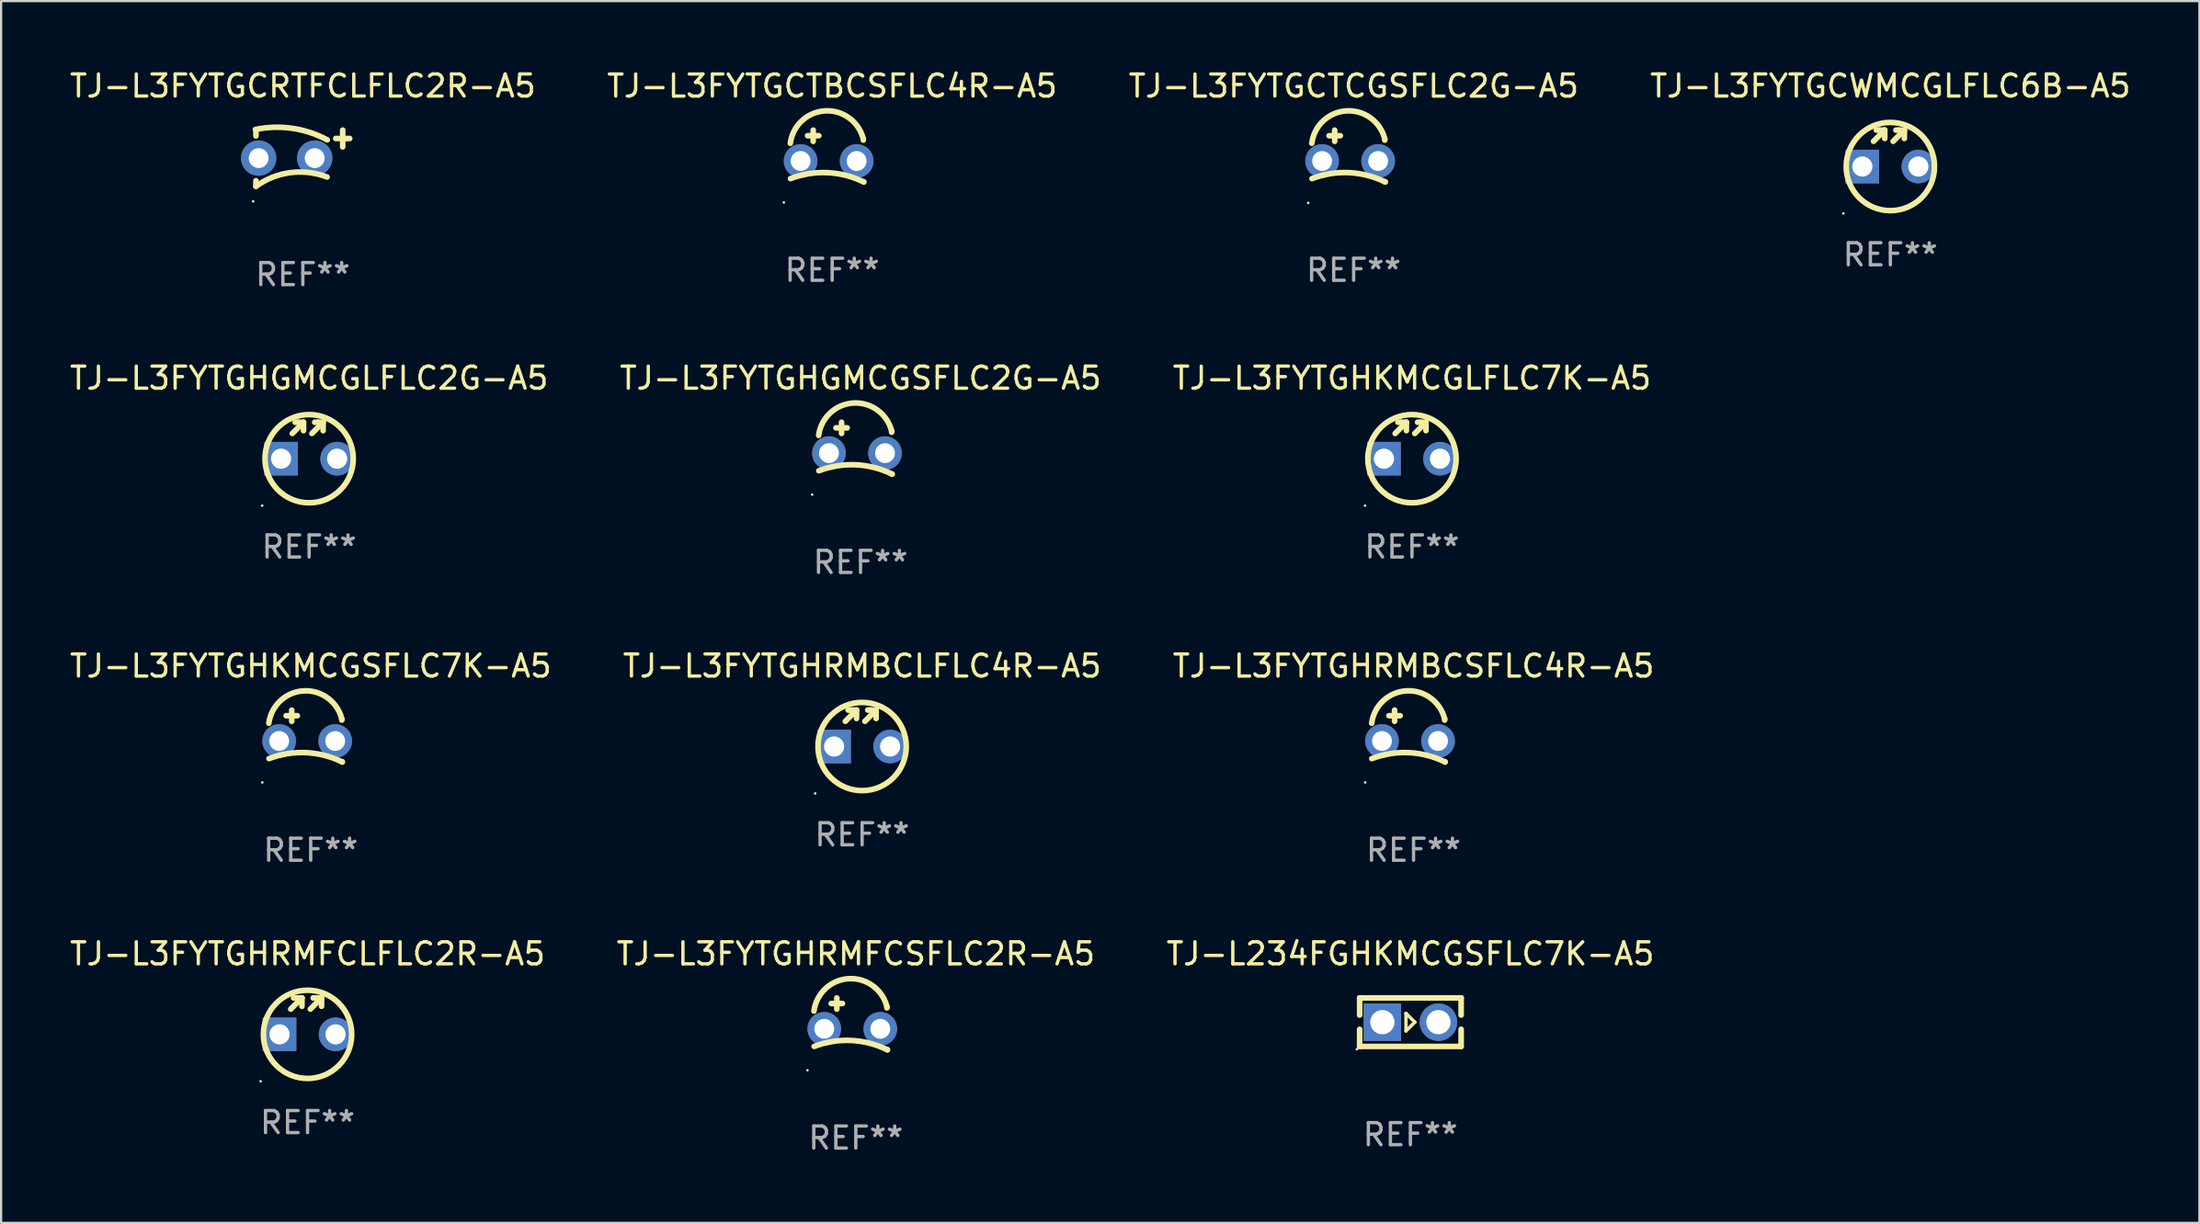
<source format=kicad_pcb>
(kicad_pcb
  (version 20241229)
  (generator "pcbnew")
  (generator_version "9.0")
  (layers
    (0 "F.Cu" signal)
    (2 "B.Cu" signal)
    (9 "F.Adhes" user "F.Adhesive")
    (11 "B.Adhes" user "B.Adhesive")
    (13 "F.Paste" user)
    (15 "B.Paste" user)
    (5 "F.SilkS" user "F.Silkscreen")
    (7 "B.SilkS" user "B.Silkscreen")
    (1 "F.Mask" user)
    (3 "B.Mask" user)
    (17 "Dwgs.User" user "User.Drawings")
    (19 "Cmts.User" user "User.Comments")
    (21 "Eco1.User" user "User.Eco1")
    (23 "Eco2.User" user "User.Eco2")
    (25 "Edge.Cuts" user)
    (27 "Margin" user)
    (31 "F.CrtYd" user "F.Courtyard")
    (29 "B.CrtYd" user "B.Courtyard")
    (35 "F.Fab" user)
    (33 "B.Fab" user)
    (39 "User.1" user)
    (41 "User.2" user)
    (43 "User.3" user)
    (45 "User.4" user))
  (footprint "TJ-L3FYTGCWMCGLFLC6B-A5"
    (layer "F.Cu")
    (at 82.613 3.674)
    (property "Reference" "TJ-L3FYTGCWMCGLFLC6B-A5" (at 0 -2.826 0) (layer "F.SilkS") (effects (font (size 1 1) (thickness 0.15))))
    (attr through_hole)
    (fp_line (start -0.762 -0.318) (end -0.254 -0.826) (stroke (width 0.254) (type solid)) (layer "F.SilkS"))
    (fp_line (start -0.508 -0.826) (end -0.635 -0.826) (stroke (width 0.254) (type solid)) (layer "F.SilkS"))
    (fp_line (start -0.254 -0.826) (end -0.508 -0.826) (stroke (width 0.254) (type solid)) (layer "F.SilkS"))
    (fp_line (start -0.254 -0.826) (end -0.254 -0.445) (stroke (width 0.254) (type solid)) (layer "F.SilkS"))
    (fp_line (start 0.127 -0.318) (end 0.635 -0.826) (stroke (width 0.254) (type solid)) (layer "F.SilkS"))
    (fp_line (start 0.381 -0.826) (end 0.254 -0.826) (stroke (width 0.254) (type solid)) (layer "F.SilkS"))
    (fp_line (start 0.635 -0.826) (end 0.381 -0.826) (stroke (width 0.254) (type solid)) (layer "F.SilkS"))
    (fp_line (start 0.635 -0.826) (end 0.635 -0.445) (stroke (width 0.254) (type solid)) (layer "F.SilkS"))
    (fp_circle (center -2.127 2.953) (end -2.097 2.953) (stroke (width 0.06) (type solid)) (fill no) (layer "F.SilkS"))
    (fp_circle (center 0 0.826) (end 2 0.826) (stroke (width 0.254) (type solid)) (fill no) (layer "F.SilkS"))
    (fp_text user "REF**" (at 0 4.826 0) (layer "F.Fab") (effects (font (size 1 1) (thickness 0.15))))
    (pad "1" thru_hole rect (at -1.27 0.826) (size 1.524 1.524) (drill 0.914) (layers "*.Cu" "*.Mask"))
    (pad "2" thru_hole circle (at 1.27 0.826) (size 1.524 1.524) (drill 0.914) (layers "*.Cu" "*.Mask")))
  (footprint "TJ-L3FYTGHKMCGSFLC7K-A5"
    (layer "F.Cu")
    (at 11.03 30.32)
    (property "Reference" "TJ-L3FYTGHKMCGSFLC7K-A5" (at 0 -3.176 0) (layer "F.SilkS") (effects (font (size 1 1) (thickness 0.15))))
    (attr through_hole)
    (fp_line (start -1.114 -0.922) (end -0.606 -0.922) (stroke (width 0.254) (type solid)) (layer "F.SilkS"))
    (fp_line (start -0.86 -1.176) (end -0.86 -0.668) (stroke (width 0.254) (type solid)) (layer "F.SilkS"))
    (fp_line (start 1.41 -0.776) (end 1.41 -0.723) (stroke (width 0.254) (type solid)) (layer "F.SilkS"))
    (fp_line (start 1.43 1.176) (end 1.43 1.164) (stroke (width 0.254) (type solid)) (layer "F.SilkS"))
    (fp_arc (start -1.896915 -0.579704) (mid -0.324751 -2.048067) (end 1.4103 -0.776302) (stroke (width 0.254001) (type solid)) (layer "F.SilkS"))
    (fp_arc (start -1.8897 1.023698) (mid -0.214006 0.752438) (end 1.429731 1.176302) (stroke (width 0.254001) (type solid)) (layer "F.SilkS"))
    (fp_circle (center -2.192 2.103) (end -2.162 2.103) (stroke (width 0.06) (type solid)) (fill no) (layer "F.SilkS"))
    (fp_text user "REF**" (at 0 5.176 0) (layer "F.Fab") (effects (font (size 1 1) (thickness 0.15))))
    (pad "1" thru_hole circle (at -1.43 0.224) (size 1.524 1.524) (drill 0.9) (layers "*.Cu" "*.Mask"))
    (pad "2" thru_hole circle (at 1.11 0.224) (size 1.524 1.524) (drill 0.9) (layers "*.Cu" "*.Mask")))
  (footprint "TJ-L3FYTGHGMCGLFLC2G-A5"
    (layer "F.Cu")
    (at 10.958 16.92)
    (property "Reference" "TJ-L3FYTGHGMCGLFLC2G-A5" (at 0 -2.826 0) (layer "F.SilkS") (effects (font (size 1 1) (thickness 0.15))))
    (attr through_hole)
    (fp_line (start -0.762 -0.318) (end -0.254 -0.826) (stroke (width 0.254) (type solid)) (layer "F.SilkS"))
    (fp_line (start -0.508 -0.826) (end -0.635 -0.826) (stroke (width 0.254) (type solid)) (layer "F.SilkS"))
    (fp_line (start -0.254 -0.826) (end -0.508 -0.826) (stroke (width 0.254) (type solid)) (layer "F.SilkS"))
    (fp_line (start -0.254 -0.826) (end -0.254 -0.445) (stroke (width 0.254) (type solid)) (layer "F.SilkS"))
    (fp_line (start 0.127 -0.318) (end 0.635 -0.826) (stroke (width 0.254) (type solid)) (layer "F.SilkS"))
    (fp_line (start 0.381 -0.826) (end 0.254 -0.826) (stroke (width 0.254) (type solid)) (layer "F.SilkS"))
    (fp_line (start 0.635 -0.826) (end 0.381 -0.826) (stroke (width 0.254) (type solid)) (layer "F.SilkS"))
    (fp_line (start 0.635 -0.826) (end 0.635 -0.445) (stroke (width 0.254) (type solid)) (layer "F.SilkS"))
    (fp_circle (center -2.127 2.953) (end -2.097 2.953) (stroke (width 0.06) (type solid)) (fill no) (layer "F.SilkS"))
    (fp_circle (center 0 0.826) (end 2 0.826) (stroke (width 0.254) (type solid)) (fill no) (layer "F.SilkS"))
    (fp_text user "REF**" (at 0 4.826 0) (layer "F.Fab") (effects (font (size 1 1) (thickness 0.15))))
    (pad "1" thru_hole rect (at -1.27 0.826) (size 1.524 1.524) (drill 0.914) (layers "*.Cu" "*.Mask"))
    (pad "2" thru_hole circle (at 1.27 0.826) (size 1.524 1.524) (drill 0.914) (layers "*.Cu" "*.Mask")))
  (footprint "TJ-L3FYTGHRMBCSFLC4R-A5"
    (layer "F.Cu")
    (at 61.006 30.32)
    (property "Reference" "TJ-L3FYTGHRMBCSFLC4R-A5" (at 0 -3.176 0) (layer "F.SilkS") (effects (font (size 1 1) (thickness 0.15))))
    (attr through_hole)
    (fp_line (start -1.114 -0.922) (end -0.606 -0.922) (stroke (width 0.254) (type solid)) (layer "F.SilkS"))
    (fp_line (start -0.86 -1.176) (end -0.86 -0.668) (stroke (width 0.254) (type solid)) (layer "F.SilkS"))
    (fp_line (start 1.41 -0.776) (end 1.41 -0.723) (stroke (width 0.254) (type solid)) (layer "F.SilkS"))
    (fp_line (start 1.43 1.176) (end 1.43 1.164) (stroke (width 0.254) (type solid)) (layer "F.SilkS"))
    (fp_arc (start -1.896915 -0.579704) (mid -0.324751 -2.048067) (end 1.4103 -0.776302) (stroke (width 0.254001) (type solid)) (layer "F.SilkS"))
    (fp_arc (start -1.8897 1.023698) (mid -0.214006 0.752438) (end 1.429731 1.176302) (stroke (width 0.254001) (type solid)) (layer "F.SilkS"))
    (fp_circle (center -2.192 2.103) (end -2.162 2.103) (stroke (width 0.06) (type solid)) (fill no) (layer "F.SilkS"))
    (fp_text user "REF**" (at 0 5.176 0) (layer "F.Fab") (effects (font (size 1 1) (thickness 0.15))))
    (pad "1" thru_hole circle (at -1.43 0.224) (size 1.524 1.524) (drill 0.9) (layers "*.Cu" "*.Mask"))
    (pad "2" thru_hole circle (at 1.11 0.224) (size 1.524 1.524) (drill 0.9) (layers "*.Cu" "*.Mask")))
  (footprint "TJ-L234FGHKMCGSFLC7K-A5"
    (layer "F.Cu")
    (at 60.863 43.292)
    (property "Reference" "TJ-L234FGHKMCGSFLC7K-A5" (at 0 -3.1 0) (layer "F.SilkS") (effects (font (size 1 1) (thickness 0.15))))
    (attr through_hole)
    (fp_line (start -2.3 -1.1) (end -2.3 -0.323) (stroke (width 0.254) (type solid)) (layer "F.SilkS"))
    (fp_line (start -2.3 -1.1) (end 2.3 -1.1) (stroke (width 0.254) (type solid)) (layer "F.SilkS"))
    (fp_line (start -2.3 0.323) (end -2.3 1.1) (stroke (width 0.254) (type solid)) (layer "F.SilkS"))
    (fp_line (start -2.3 1.1) (end 2.3 1.1) (stroke (width 0.254) (type solid)) (layer "F.SilkS"))
    (fp_line (start -0.2 -0.4) (end -0.2 -0.4) (stroke (width 0.15) (type solid)) (layer "F.SilkS"))
    (fp_line (start -0.2 -0.4) (end -0.2 0.4) (stroke (width 0.15) (type solid)) (layer "F.SilkS"))
    (fp_line (start -0.2 -0.4) (end 0.2 0) (stroke (width 0.15) (type solid)) (layer "F.SilkS"))
    (fp_line (start 0.2 0) (end -0.2 0.4) (stroke (width 0.15) (type solid)) (layer "F.SilkS"))
    (fp_line (start 0.2 0) (end 0.2 0) (stroke (width 0.15) (type solid)) (layer "F.SilkS"))
    (fp_line (start 2.3 -1.1) (end 2.3 -0.323) (stroke (width 0.254) (type solid)) (layer "F.SilkS"))
    (fp_line (start 2.3 0.323) (end 2.3 1.1) (stroke (width 0.254) (type solid)) (layer "F.SilkS"))
    (fp_circle (center -2.427 1.227) (end -2.397 1.227) (stroke (width 0.06) (type solid)) (fill no) (layer "F.SilkS"))
    (fp_text user "REF**" (at 0 5.1 0) (layer "F.Fab") (effects (font (size 1 1) (thickness 0.15))))
    (pad "1" thru_hole rect (at -1.27 0) (size 1.7 1.7) (drill 1.1) (layers "*.Cu" "*.Mask"))
    (pad "2" thru_hole circle (at 1.27 0) (size 1.7 1.7) (drill 1.1) (layers "*.Cu" "*.Mask")))
  (footprint "TJ-L3FYTGCTCGSFLC2G-A5"
    (layer "F.Cu")
    (at 58.292 4.025)
    (property "Reference" "TJ-L3FYTGCTCGSFLC2G-A5" (at 0 -3.176 0) (layer "F.SilkS") (effects (font (size 1 1) (thickness 0.15))))
    (attr through_hole)
    (fp_line (start -1.114 -0.922) (end -0.606 -0.922) (stroke (width 0.254) (type solid)) (layer "F.SilkS"))
    (fp_line (start -0.86 -1.176) (end -0.86 -0.668) (stroke (width 0.254) (type solid)) (layer "F.SilkS"))
    (fp_line (start 1.41 -0.776) (end 1.41 -0.723) (stroke (width 0.254) (type solid)) (layer "F.SilkS"))
    (fp_line (start 1.43 1.176) (end 1.43 1.164) (stroke (width 0.254) (type solid)) (layer "F.SilkS"))
    (fp_arc (start -1.896915 -0.579704) (mid -0.324751 -2.048067) (end 1.4103 -0.776302) (stroke (width 0.254001) (type solid)) (layer "F.SilkS"))
    (fp_arc (start -1.8897 1.023698) (mid -0.214006 0.752438) (end 1.429731 1.176302) (stroke (width 0.254001) (type solid)) (layer "F.SilkS"))
    (fp_circle (center -2.06 2.124) (end -2.03 2.124) (stroke (width 0.06) (type solid)) (fill no) (layer "F.SilkS"))
    (fp_text user "REF**" (at 0 5.176 0) (layer "F.Fab") (effects (font (size 1 1) (thickness 0.15))))
    (pad "1" thru_hole circle (at -1.43 0.224) (size 1.524 1.524) (drill 0.9) (layers "*.Cu" "*.Mask"))
    (pad "2" thru_hole circle (at 1.11 0.224) (size 1.524 1.524) (drill 0.9) (layers "*.Cu" "*.Mask")))
  (footprint "TJ-L3FYTGHRMFCSFLC2R-A5"
    (layer "F.Cu")
    (at 35.732 43.369)
    (property "Reference" "TJ-L3FYTGHRMFCSFLC2R-A5" (at 0 -3.176 0) (layer "F.SilkS") (effects (font (size 1 1) (thickness 0.15))))
    (attr through_hole)
    (fp_line (start -1.114 -0.922) (end -0.606 -0.922) (stroke (width 0.254) (type solid)) (layer "F.SilkS"))
    (fp_line (start -0.86 -1.176) (end -0.86 -0.668) (stroke (width 0.254) (type solid)) (layer "F.SilkS"))
    (fp_line (start 1.41 -0.776) (end 1.41 -0.723) (stroke (width 0.254) (type solid)) (layer "F.SilkS"))
    (fp_line (start 1.43 1.176) (end 1.43 1.164) (stroke (width 0.254) (type solid)) (layer "F.SilkS"))
    (fp_arc (start -1.896915 -0.579704) (mid -0.324751 -2.048067) (end 1.4103 -0.776302) (stroke (width 0.254001) (type solid)) (layer "F.SilkS"))
    (fp_arc (start -1.8897 1.023698) (mid -0.214006 0.752438) (end 1.429731 1.176302) (stroke (width 0.254001) (type solid)) (layer "F.SilkS"))
    (fp_circle (center -2.192 2.103) (end -2.162 2.103) (stroke (width 0.06) (type solid)) (fill no) (layer "F.SilkS"))
    (fp_text user "REF**" (at 0 5.176 0) (layer "F.Fab") (effects (font (size 1 1) (thickness 0.15))))
    (pad "1" thru_hole circle (at -1.43 0.224) (size 1.524 1.524) (drill 0.9) (layers "*.Cu" "*.Mask"))
    (pad "2" thru_hole circle (at 1.11 0.224) (size 1.524 1.524) (drill 0.9) (layers "*.Cu" "*.Mask")))
  (footprint "TJ-L3FYTGHGMCGSFLC2G-A5"
    (layer "F.Cu")
    (at 35.946 17.27)
    (property "Reference" "TJ-L3FYTGHGMCGSFLC2G-A5" (at 0 -3.176 0) (layer "F.SilkS") (effects (font (size 1 1) (thickness 0.15))))
    (attr through_hole)
    (fp_line (start -1.114 -0.922) (end -0.606 -0.922) (stroke (width 0.254) (type solid)) (layer "F.SilkS"))
    (fp_line (start -0.86 -1.176) (end -0.86 -0.668) (stroke (width 0.254) (type solid)) (layer "F.SilkS"))
    (fp_line (start 1.41 -0.776) (end 1.41 -0.723) (stroke (width 0.254) (type solid)) (layer "F.SilkS"))
    (fp_line (start 1.43 1.176) (end 1.43 1.164) (stroke (width 0.254) (type solid)) (layer "F.SilkS"))
    (fp_arc (start -1.896915 -0.579704) (mid -0.324751 -2.048067) (end 1.4103 -0.776302) (stroke (width 0.254001) (type solid)) (layer "F.SilkS"))
    (fp_arc (start -1.8897 1.023698) (mid -0.214006 0.752438) (end 1.429731 1.176302) (stroke (width 0.254001) (type solid)) (layer "F.SilkS"))
    (fp_circle (center -2.192 2.103) (end -2.162 2.103) (stroke (width 0.06) (type solid)) (fill no) (layer "F.SilkS"))
    (fp_text user "REF**" (at 0 5.176 0) (layer "F.Fab") (effects (font (size 1 1) (thickness 0.15))))
    (pad "1" thru_hole circle (at -1.43 0.224) (size 1.524 1.524) (drill 0.9) (layers "*.Cu" "*.Mask"))
    (pad "2" thru_hole circle (at 1.11 0.224) (size 1.524 1.524) (drill 0.9) (layers "*.Cu" "*.Mask")))
  (footprint "TJ-L3FYTGCTBCSFLC4R-A5"
    (layer "F.Cu")
    (at 34.661 4.025)
    (property "Reference" "TJ-L3FYTGCTBCSFLC4R-A5" (at 0 -3.176 0) (layer "F.SilkS") (effects (font (size 1 1) (thickness 0.15))))
    (attr through_hole)
    (fp_line (start -1.114 -0.922) (end -0.606 -0.922) (stroke (width 0.254) (type solid)) (layer "F.SilkS"))
    (fp_line (start -0.86 -1.176) (end -0.86 -0.668) (stroke (width 0.254) (type solid)) (layer "F.SilkS"))
    (fp_line (start 1.41 -0.776) (end 1.41 -0.723) (stroke (width 0.254) (type solid)) (layer "F.SilkS"))
    (fp_line (start 1.43 1.176) (end 1.43 1.164) (stroke (width 0.254) (type solid)) (layer "F.SilkS"))
    (fp_arc (start -1.896915 -0.579704) (mid -0.324751 -2.048067) (end 1.4103 -0.776302) (stroke (width 0.254001) (type solid)) (layer "F.SilkS"))
    (fp_arc (start -1.8897 1.023698) (mid -0.214006 0.752438) (end 1.429731 1.176302) (stroke (width 0.254001) (type solid)) (layer "F.SilkS"))
    (fp_circle (center -2.192 2.103) (end -2.162 2.103) (stroke (width 0.06) (type solid)) (fill no) (layer "F.SilkS"))
    (fp_text user "REF**" (at 0 5.176 0) (layer "F.Fab") (effects (font (size 1 1) (thickness 0.15))))
    (pad "1" thru_hole circle (at -1.43 0.224) (size 1.524 1.524) (drill 0.9) (layers "*.Cu" "*.Mask"))
    (pad "2" thru_hole circle (at 1.11 0.224) (size 1.524 1.524) (drill 0.9) (layers "*.Cu" "*.Mask")))
  (footprint "TJ-L3FYTGHKMCGLFLC7K-A5"
    (layer "F.Cu")
    (at 60.935 16.92)
    (property "Reference" "TJ-L3FYTGHKMCGLFLC7K-A5" (at 0 -2.826 0) (layer "F.SilkS") (effects (font (size 1 1) (thickness 0.15))))
    (attr through_hole)
    (fp_line (start -0.762 -0.318) (end -0.254 -0.826) (stroke (width 0.254) (type solid)) (layer "F.SilkS"))
    (fp_line (start -0.508 -0.826) (end -0.635 -0.826) (stroke (width 0.254) (type solid)) (layer "F.SilkS"))
    (fp_line (start -0.254 -0.826) (end -0.508 -0.826) (stroke (width 0.254) (type solid)) (layer "F.SilkS"))
    (fp_line (start -0.254 -0.826) (end -0.254 -0.445) (stroke (width 0.254) (type solid)) (layer "F.SilkS"))
    (fp_line (start 0.127 -0.318) (end 0.635 -0.826) (stroke (width 0.254) (type solid)) (layer "F.SilkS"))
    (fp_line (start 0.381 -0.826) (end 0.254 -0.826) (stroke (width 0.254) (type solid)) (layer "F.SilkS"))
    (fp_line (start 0.635 -0.826) (end 0.381 -0.826) (stroke (width 0.254) (type solid)) (layer "F.SilkS"))
    (fp_line (start 0.635 -0.826) (end 0.635 -0.445) (stroke (width 0.254) (type solid)) (layer "F.SilkS"))
    (fp_circle (center -2.127 2.953) (end -2.097 2.953) (stroke (width 0.06) (type solid)) (fill no) (layer "F.SilkS"))
    (fp_circle (center 0 0.826) (end 2 0.826) (stroke (width 0.254) (type solid)) (fill no) (layer "F.SilkS"))
    (fp_text user "REF**" (at 0 4.826 0) (layer "F.Fab") (effects (font (size 1 1) (thickness 0.15))))
    (pad "1" thru_hole rect (at -1.27 0.826) (size 1.524 1.524) (drill 0.914) (layers "*.Cu" "*.Mask"))
    (pad "2" thru_hole circle (at 1.27 0.826) (size 1.524 1.524) (drill 0.914) (layers "*.Cu" "*.Mask")))
  (footprint "TJ-L3FYTGHRMFCLFLC2R-A5"
    (layer "F.Cu")
    (at 10.887 43.018)
    (property "Reference" "TJ-L3FYTGHRMFCLFLC2R-A5" (at 0 -2.826 0) (layer "F.SilkS") (effects (font (size 1 1) (thickness 0.15))))
    (attr through_hole)
    (fp_line (start -0.762 -0.318) (end -0.254 -0.826) (stroke (width 0.254) (type solid)) (layer "F.SilkS"))
    (fp_line (start -0.508 -0.826) (end -0.635 -0.826) (stroke (width 0.254) (type solid)) (layer "F.SilkS"))
    (fp_line (start -0.254 -0.826) (end -0.508 -0.826) (stroke (width 0.254) (type solid)) (layer "F.SilkS"))
    (fp_line (start -0.254 -0.826) (end -0.254 -0.445) (stroke (width 0.254) (type solid)) (layer "F.SilkS"))
    (fp_line (start 0.127 -0.318) (end 0.635 -0.826) (stroke (width 0.254) (type solid)) (layer "F.SilkS"))
    (fp_line (start 0.381 -0.826) (end 0.254 -0.826) (stroke (width 0.254) (type solid)) (layer "F.SilkS"))
    (fp_line (start 0.635 -0.826) (end 0.381 -0.826) (stroke (width 0.254) (type solid)) (layer "F.SilkS"))
    (fp_line (start 0.635 -0.826) (end 0.635 -0.445) (stroke (width 0.254) (type solid)) (layer "F.SilkS"))
    (fp_circle (center -2.127 2.953) (end -2.097 2.953) (stroke (width 0.06) (type solid)) (fill no) (layer "F.SilkS"))
    (fp_circle (center 0 0.826) (end 2 0.826) (stroke (width 0.254) (type solid)) (fill no) (layer "F.SilkS"))
    (fp_text user "REF**" (at 0 4.826 0) (layer "F.Fab") (effects (font (size 1 1) (thickness 0.15))))
    (pad "1" thru_hole rect (at -1.27 0.826) (size 1.524 1.524) (drill 0.914) (layers "*.Cu" "*.Mask"))
    (pad "2" thru_hole circle (at 1.27 0.826) (size 1.524 1.524) (drill 0.914) (layers "*.Cu" "*.Mask")))
  (footprint "TJ-L3FYTGHRMBCLFLC4R-A5"
    (layer "F.Cu")
    (at 36.018 29.969)
    (property "Reference" "TJ-L3FYTGHRMBCLFLC4R-A5" (at 0 -2.826 0) (layer "F.SilkS") (effects (font (size 1 1) (thickness 0.15))))
    (attr through_hole)
    (fp_line (start -0.762 -0.318) (end -0.254 -0.826) (stroke (width 0.254) (type solid)) (layer "F.SilkS"))
    (fp_line (start -0.508 -0.826) (end -0.635 -0.826) (stroke (width 0.254) (type solid)) (layer "F.SilkS"))
    (fp_line (start -0.254 -0.826) (end -0.508 -0.826) (stroke (width 0.254) (type solid)) (layer "F.SilkS"))
    (fp_line (start -0.254 -0.826) (end -0.254 -0.445) (stroke (width 0.254) (type solid)) (layer "F.SilkS"))
    (fp_line (start 0.127 -0.318) (end 0.635 -0.826) (stroke (width 0.254) (type solid)) (layer "F.SilkS"))
    (fp_line (start 0.381 -0.826) (end 0.254 -0.826) (stroke (width 0.254) (type solid)) (layer "F.SilkS"))
    (fp_line (start 0.635 -0.826) (end 0.381 -0.826) (stroke (width 0.254) (type solid)) (layer "F.SilkS"))
    (fp_line (start 0.635 -0.826) (end 0.635 -0.445) (stroke (width 0.254) (type solid)) (layer "F.SilkS"))
    (fp_circle (center -2.127 2.953) (end -2.097 2.953) (stroke (width 0.06) (type solid)) (fill no) (layer "F.SilkS"))
    (fp_circle (center 0 0.826) (end 2 0.826) (stroke (width 0.254) (type solid)) (fill no) (layer "F.SilkS"))
    (fp_text user "REF**" (at 0 4.826 0) (layer "F.Fab") (effects (font (size 1 1) (thickness 0.15))))
    (pad "1" thru_hole rect (at -1.27 0.826) (size 1.524 1.524) (drill 0.914) (layers "*.Cu" "*.Mask"))
    (pad "2" thru_hole circle (at 1.27 0.826) (size 1.524 1.524) (drill 0.914) (layers "*.Cu" "*.Mask")))
  (footprint "TJ-L3FYTGCRTFCLFLC2R-A5"
    (layer "F.Cu")
    (at 10.673 4.123)
    (property "Reference" "TJ-L3FYTGCRTFCLFLC2R-A5" (at 0 -3.275 0) (layer "F.SilkS") (effects (font (size 1 1) (thickness 0.15))))
    (attr through_hole)
    (fp_line (start -2.125 -1.265) (end -2.125 -1.011) (stroke (width 0.254) (type solid)) (layer "F.SilkS"))
    (fp_line (start -2.125 1.275) (end -2.125 1.021) (stroke (width 0.254) (type solid)) (layer "F.SilkS"))
    (fp_line (start 1.49 -0.894) (end 2.125 -0.894) (stroke (width 0.254) (type solid)) (layer "F.SilkS"))
    (fp_line (start 1.807 -0.513) (end 1.807 -1.275) (stroke (width 0.254) (type solid)) (layer "F.SilkS"))
    (fp_arc (start -2.148349 -1.302858) (mid -0.478554 -1.355044) (end 1.107912 -0.831535) (stroke (width 0.254001) (type solid)) (layer "F.SilkS"))
    (fp_arc (start -2.124829 1.27474) (mid -0.565957 0.654289) (end 1.100088 0.852615) (stroke (width 0.254001) (type solid)) (layer "F.SilkS"))
    (fp_circle (center -2.252 1.955) (end -2.222 1.955) (stroke (width 0.06) (type solid)) (fill no) (layer "F.SilkS"))
    (fp_text user "REF**" (at 0 5.275 0) (layer "F.Fab") (effects (font (size 1 1) (thickness 0.15))))
    (pad "1" thru_hole circle (at -2.002 -0.004) (size 1.6 1.6) (drill 0.9) (layers "*.Cu" "*.Mask"))
    (pad "2" thru_hole circle (at 0.538 -0.004) (size 1.6 1.6) (drill 0.9) (layers "*.Cu" "*.Mask")))
  (gr_rect
    (start -3 -3)
    (end 96.619 52.393)
    (stroke (width 0.1) (type default))
    (fill no)
    (layer "Edge.Cuts")))
</source>
